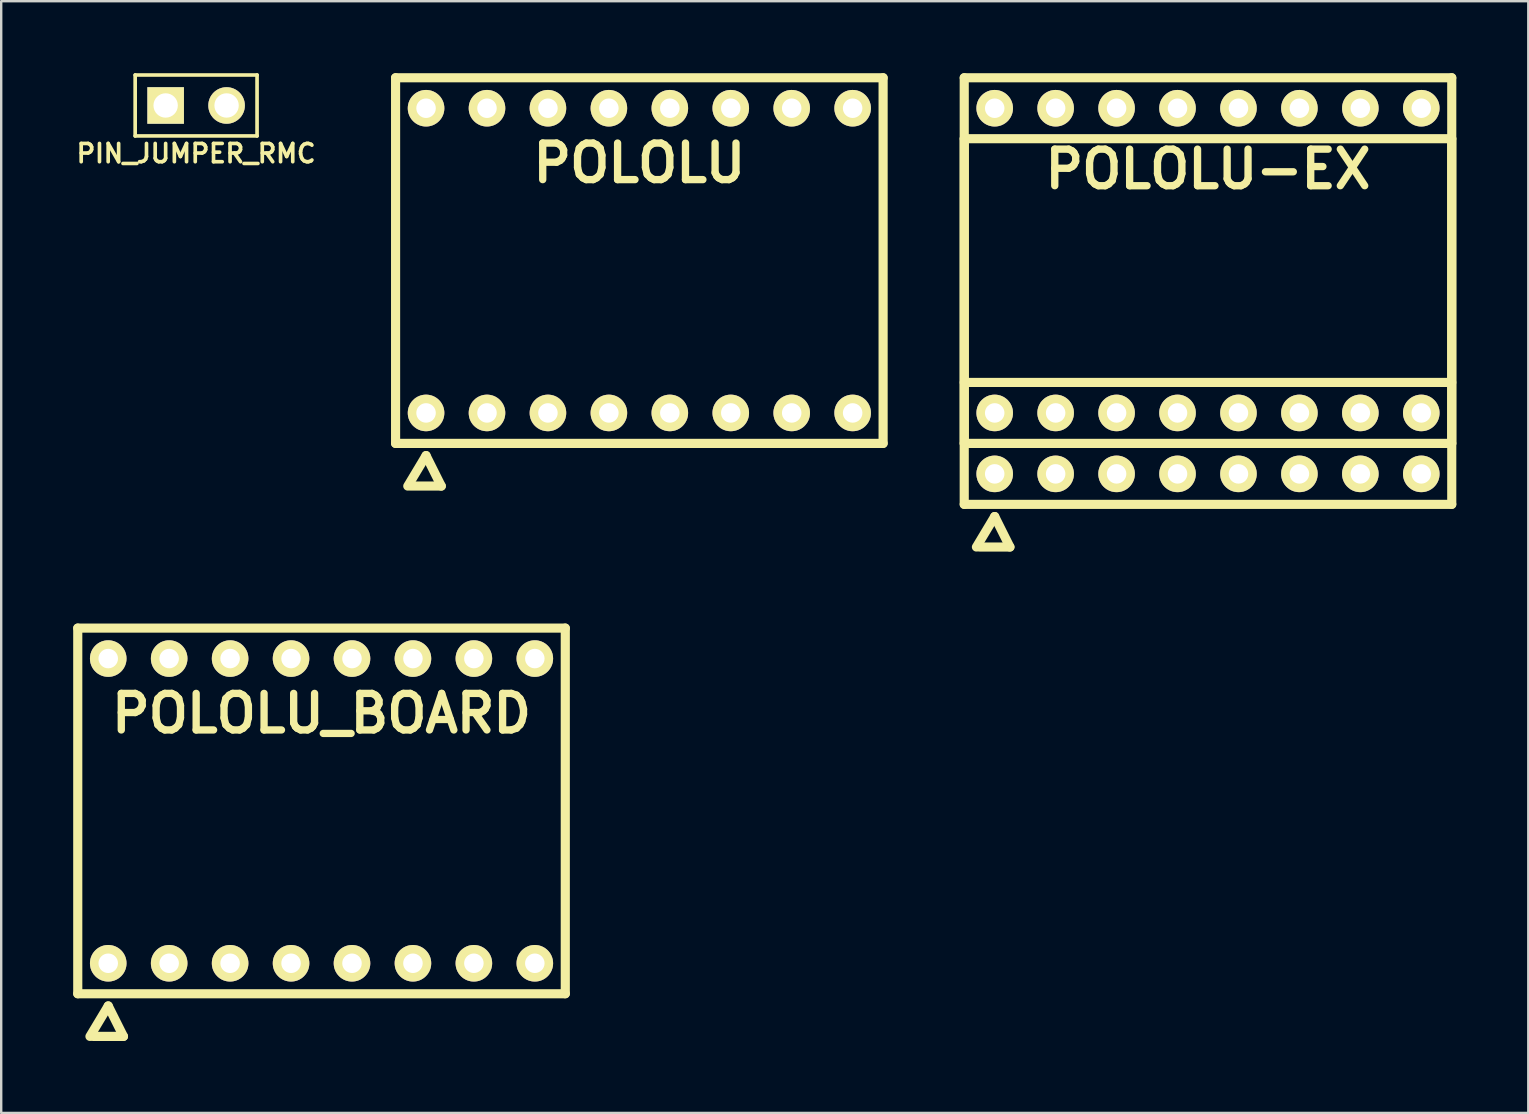
<source format=kicad_pcb>
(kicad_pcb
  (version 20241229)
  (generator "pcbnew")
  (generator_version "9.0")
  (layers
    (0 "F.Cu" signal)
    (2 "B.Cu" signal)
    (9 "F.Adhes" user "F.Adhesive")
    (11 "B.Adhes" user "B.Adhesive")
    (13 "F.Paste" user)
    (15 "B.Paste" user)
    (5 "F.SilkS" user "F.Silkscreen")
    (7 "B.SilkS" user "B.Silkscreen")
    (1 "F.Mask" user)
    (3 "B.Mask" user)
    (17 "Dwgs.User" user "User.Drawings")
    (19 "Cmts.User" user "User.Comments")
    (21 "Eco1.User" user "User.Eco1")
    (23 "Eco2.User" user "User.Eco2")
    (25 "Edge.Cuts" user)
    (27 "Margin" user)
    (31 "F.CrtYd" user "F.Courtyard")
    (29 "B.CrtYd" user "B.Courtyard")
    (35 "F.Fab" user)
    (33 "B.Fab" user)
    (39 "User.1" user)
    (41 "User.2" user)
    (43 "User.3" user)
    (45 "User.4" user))
  (footprint "POLOLU"
    (layer "F.Cu")
    (at 23.598 14.161)
    (property "Reference" "POLOLU" (at 0 -10.414 0) (layer "F.SilkS") (effects (font (size 1.524 1.524) (thickness 0.305))))
    (attr through_hole)
    (fp_line (start -10.16 -13.97) (end 10.16 -13.97) (stroke (width 0.381) (type solid)) (layer "F.SilkS"))
    (fp_line (start -10.16 1.27) (end -10.16 -13.97) (stroke (width 0.381) (type solid)) (layer "F.SilkS"))
    (fp_line (start -9.652 3.048) (end -8.89 1.778) (stroke (width 0.381) (type solid)) (layer "F.SilkS"))
    (fp_line (start -8.89 1.778) (end -8.255 3.048) (stroke (width 0.381) (type solid)) (layer "F.SilkS"))
    (fp_line (start -8.255 3.048) (end -9.525 3.048) (stroke (width 0.381) (type solid)) (layer "F.SilkS"))
    (fp_line (start 10.16 -13.97) (end 10.16 1.27) (stroke (width 0.381) (type solid)) (layer "F.SilkS"))
    (fp_line (start 10.16 1.27) (end -10.16 1.27) (stroke (width 0.381) (type solid)) (layer "F.SilkS"))
    (pad "1" thru_hole circle (at -8.89 0) (size 1.524 1.524) (drill 0.813) (layers "*.Cu" "*.Mask" "F.SilkS"))
    (pad "2" thru_hole circle (at -6.35 0) (size 1.524 1.524) (drill 0.813) (layers "*.Cu" "*.Mask" "F.SilkS"))
    (pad "3" thru_hole circle (at -3.81 0) (size 1.524 1.524) (drill 0.813) (layers "*.Cu" "*.Mask" "F.SilkS"))
    (pad "4" thru_hole circle (at -1.27 0) (size 1.524 1.524) (drill 0.813) (layers "*.Cu" "*.Mask" "F.SilkS"))
    (pad "5" thru_hole circle (at 1.27 0) (size 1.524 1.524) (drill 0.813) (layers "*.Cu" "*.Mask" "F.SilkS"))
    (pad "6" thru_hole circle (at 3.81 0) (size 1.524 1.524) (drill 0.813) (layers "*.Cu" "*.Mask" "F.SilkS"))
    (pad "7" thru_hole circle (at 6.35 0) (size 1.524 1.524) (drill 0.813) (layers "*.Cu" "*.Mask" "F.SilkS"))
    (pad "8" thru_hole circle (at 8.89 0) (size 1.524 1.524) (drill 0.813) (layers "*.Cu" "*.Mask" "F.SilkS"))
    (pad "9" thru_hole circle (at 8.89 -12.7) (size 1.524 1.524) (drill 0.813) (layers "*.Cu" "*.Mask" "F.SilkS"))
    (pad "10" thru_hole circle (at 6.35 -12.7) (size 1.524 1.524) (drill 0.813) (layers "*.Cu" "*.Mask" "F.SilkS"))
    (pad "11" thru_hole circle (at 3.81 -12.7) (size 1.524 1.524) (drill 0.813) (layers "*.Cu" "*.Mask" "F.SilkS"))
    (pad "12" thru_hole circle (at 1.27 -12.7) (size 1.524 1.524) (drill 0.813) (layers "*.Cu" "*.Mask" "F.SilkS"))
    (pad "13" thru_hole circle (at -1.27 -12.7) (size 1.524 1.524) (drill 0.813) (layers "*.Cu" "*.Mask" "F.SilkS"))
    (pad "14" thru_hole circle (at -3.81 -12.7) (size 1.524 1.524) (drill 0.813) (layers "*.Cu" "*.Mask" "F.SilkS"))
    (pad "15" thru_hole circle (at -6.35 -12.7) (size 1.524 1.524) (drill 0.813) (layers "*.Cu" "*.Mask" "F.SilkS"))
    (pad "16" thru_hole circle (at -8.89 -12.7) (size 1.524 1.524) (drill 0.813) (layers "*.Cu" "*.Mask" "F.SilkS")))
  (footprint "PIN_JUMPER_RMC"
    (layer "F.Cu")
    (at 5.124 1.346)
    (property "Reference" "PIN_JUMPER_RMC" (at 0 2 0) (layer "F.SilkS") (effects (font (size 0.762 0.762) (thickness 0.152))))
    (attr through_hole)
    (fp_line (start -2.54 -1.27) (end 2.54 -1.27) (stroke (width 0.152) (type solid)) (layer "F.SilkS"))
    (fp_line (start -2.54 1.27) (end -2.54 -1.27) (stroke (width 0.152) (type solid)) (layer "F.SilkS"))
    (fp_line (start 2.54 -1.27) (end 2.54 1.27) (stroke (width 0.152) (type solid)) (layer "F.SilkS"))
    (fp_line (start 2.54 1.27) (end -2.54 1.27) (stroke (width 0.152) (type solid)) (layer "F.SilkS"))
    (pad "1" thru_hole rect (at -1.27 0) (size 1.524 1.524) (drill 1.016) (layers "*.Cu" "*.Mask" "F.SilkS"))
    (pad "2" thru_hole circle (at 1.27 0) (size 1.524 1.524) (drill 1.016) (layers "*.Cu" "*.Mask" "F.SilkS")))
  (footprint "POLOLU-EX"
    (layer "F.Cu")
    (at 47.299 14.161)
    (property "Reference" "POLOLU-EX" (at 0 -10.16 0) (layer "F.SilkS") (effects (font (size 1.524 1.524) (thickness 0.305))))
    (attr through_hole)
    (fp_line (start -10.16 -13.97) (end 10.16 -13.97) (stroke (width 0.381) (type solid)) (layer "F.SilkS"))
    (fp_line (start -10.16 -11.43) (end 10.16 -11.43) (stroke (width 0.381) (type solid)) (layer "F.SilkS"))
    (fp_line (start -10.16 -1.27) (end 10.16 -1.27) (stroke (width 0.381) (type solid)) (layer "F.SilkS"))
    (fp_line (start -10.16 1.27) (end -10.16 -13.97) (stroke (width 0.381) (type solid)) (layer "F.SilkS"))
    (fp_line (start -10.16 3.81) (end -10.16 -11.43) (stroke (width 0.381) (type solid)) (layer "F.SilkS"))
    (fp_line (start -9.652 5.588) (end -8.89 4.318) (stroke (width 0.381) (type solid)) (layer "F.SilkS"))
    (fp_line (start -8.89 4.318) (end -8.255 5.588) (stroke (width 0.381) (type solid)) (layer "F.SilkS"))
    (fp_line (start -8.255 5.588) (end -9.525 5.588) (stroke (width 0.381) (type solid)) (layer "F.SilkS"))
    (fp_line (start 10.16 -13.97) (end 10.16 1.27) (stroke (width 0.381) (type solid)) (layer "F.SilkS"))
    (fp_line (start 10.16 -11.43) (end 10.16 3.81) (stroke (width 0.381) (type solid)) (layer "F.SilkS"))
    (fp_line (start 10.16 1.27) (end -10.16 1.27) (stroke (width 0.381) (type solid)) (layer "F.SilkS"))
    (fp_line (start 10.16 3.81) (end -10.16 3.81) (stroke (width 0.381) (type solid)) (layer "F.SilkS"))
    (pad "1" thru_hole circle (at -8.89 0) (size 1.524 1.524) (drill 0.813) (layers "*.Cu" "*.Mask" "F.SilkS"))
    (pad "1" thru_hole circle (at -8.89 2.54) (size 1.524 1.524) (drill 0.813) (layers "*.Cu" "*.Mask" "F.SilkS"))
    (pad "2" thru_hole circle (at -6.35 0) (size 1.524 1.524) (drill 0.813) (layers "*.Cu" "*.Mask" "F.SilkS"))
    (pad "2" thru_hole circle (at -6.35 2.54) (size 1.524 1.524) (drill 0.813) (layers "*.Cu" "*.Mask" "F.SilkS"))
    (pad "3" thru_hole circle (at -3.81 0) (size 1.524 1.524) (drill 0.813) (layers "*.Cu" "*.Mask" "F.SilkS"))
    (pad "3" thru_hole circle (at -3.81 2.54) (size 1.524 1.524) (drill 0.813) (layers "*.Cu" "*.Mask" "F.SilkS"))
    (pad "4" thru_hole circle (at -1.27 0) (size 1.524 1.524) (drill 0.813) (layers "*.Cu" "*.Mask" "F.SilkS"))
    (pad "4" thru_hole circle (at -1.27 2.54) (size 1.524 1.524) (drill 0.813) (layers "*.Cu" "*.Mask" "F.SilkS"))
    (pad "5" thru_hole circle (at 1.27 0) (size 1.524 1.524) (drill 0.813) (layers "*.Cu" "*.Mask" "F.SilkS"))
    (pad "5" thru_hole circle (at 1.27 2.54) (size 1.524 1.524) (drill 0.813) (layers "*.Cu" "*.Mask" "F.SilkS"))
    (pad "6" thru_hole circle (at 3.81 0) (size 1.524 1.524) (drill 0.813) (layers "*.Cu" "*.Mask" "F.SilkS"))
    (pad "6" thru_hole circle (at 3.81 2.54) (size 1.524 1.524) (drill 0.813) (layers "*.Cu" "*.Mask" "F.SilkS"))
    (pad "7" thru_hole circle (at 6.35 0) (size 1.524 1.524) (drill 0.813) (layers "*.Cu" "*.Mask" "F.SilkS"))
    (pad "7" thru_hole circle (at 6.35 2.54) (size 1.524 1.524) (drill 0.813) (layers "*.Cu" "*.Mask" "F.SilkS"))
    (pad "8" thru_hole circle (at 8.89 0) (size 1.524 1.524) (drill 0.813) (layers "*.Cu" "*.Mask" "F.SilkS"))
    (pad "8" thru_hole circle (at 8.89 2.54) (size 1.524 1.524) (drill 0.813) (layers "*.Cu" "*.Mask" "F.SilkS"))
    (pad "9" thru_hole circle (at 8.89 -12.7) (size 1.524 1.524) (drill 0.813) (layers "*.Cu" "*.Mask" "F.SilkS"))
    (pad "10" thru_hole circle (at 6.35 -12.7) (size 1.524 1.524) (drill 0.813) (layers "*.Cu" "*.Mask" "F.SilkS"))
    (pad "11" thru_hole circle (at 3.81 -12.7) (size 1.524 1.524) (drill 0.813) (layers "*.Cu" "*.Mask" "F.SilkS"))
    (pad "12" thru_hole circle (at 1.27 -12.7) (size 1.524 1.524) (drill 0.813) (layers "*.Cu" "*.Mask" "F.SilkS"))
    (pad "13" thru_hole circle (at -1.27 -12.7) (size 1.524 1.524) (drill 0.813) (layers "*.Cu" "*.Mask" "F.SilkS"))
    (pad "14" thru_hole circle (at -3.81 -12.7) (size 1.524 1.524) (drill 0.813) (layers "*.Cu" "*.Mask" "F.SilkS"))
    (pad "15" thru_hole circle (at -6.35 -12.7) (size 1.524 1.524) (drill 0.813) (layers "*.Cu" "*.Mask" "F.SilkS"))
    (pad "16" thru_hole circle (at -8.89 -12.7) (size 1.524 1.524) (drill 0.813) (layers "*.Cu" "*.Mask" "F.SilkS")))
  (footprint "POLOLU_BOARD"
    (layer "F.Cu")
    (at 10.351 37.099)
    (property "Reference" "POLOLU_BOARD" (at 0 -10.414 0) (layer "F.SilkS") (effects (font (size 1.524 1.524) (thickness 0.305))))
    (attr through_hole)
    (fp_line (start -10.16 -13.97) (end 10.16 -13.97) (stroke (width 0.381) (type solid)) (layer "F.SilkS"))
    (fp_line (start -10.16 1.27) (end -10.16 -13.97) (stroke (width 0.381) (type solid)) (layer "F.SilkS"))
    (fp_line (start -9.652 3.048) (end -8.89 1.778) (stroke (width 0.381) (type solid)) (layer "F.SilkS"))
    (fp_line (start -8.89 1.778) (end -8.255 3.048) (stroke (width 0.381) (type solid)) (layer "F.SilkS"))
    (fp_line (start -8.255 3.048) (end -9.525 3.048) (stroke (width 0.381) (type solid)) (layer "F.SilkS"))
    (fp_line (start 10.16 -13.97) (end 10.16 1.27) (stroke (width 0.381) (type solid)) (layer "F.SilkS"))
    (fp_line (start 10.16 1.27) (end -10.16 1.27) (stroke (width 0.381) (type solid)) (layer "F.SilkS"))
    (pad "1" thru_hole circle (at -8.89 0) (size 1.524 1.524) (drill 0.813) (layers "*.Cu" "*.Mask" "F.SilkS"))
    (pad "2" thru_hole circle (at -6.35 0) (size 1.524 1.524) (drill 0.813) (layers "*.Cu" "*.Mask" "F.SilkS"))
    (pad "3" thru_hole circle (at -3.81 0) (size 1.524 1.524) (drill 0.813) (layers "*.Cu" "*.Mask" "F.SilkS"))
    (pad "4" thru_hole circle (at -1.27 0) (size 1.524 1.524) (drill 0.813) (layers "*.Cu" "*.Mask" "F.SilkS"))
    (pad "5" thru_hole circle (at 1.27 0) (size 1.524 1.524) (drill 0.813) (layers "*.Cu" "*.Mask" "F.SilkS"))
    (pad "6" thru_hole circle (at 3.81 0) (size 1.524 1.524) (drill 0.813) (layers "*.Cu" "*.Mask" "F.SilkS"))
    (pad "7" thru_hole circle (at 6.35 0) (size 1.524 1.524) (drill 0.813) (layers "*.Cu" "*.Mask" "F.SilkS"))
    (pad "8" thru_hole circle (at 8.89 0) (size 1.524 1.524) (drill 0.813) (layers "*.Cu" "*.Mask" "F.SilkS"))
    (pad "9" thru_hole circle (at 8.89 -12.7) (size 1.524 1.524) (drill 0.813) (layers "*.Cu" "*.Mask" "F.SilkS"))
    (pad "10" thru_hole circle (at 6.35 -12.7) (size 1.524 1.524) (drill 0.813) (layers "*.Cu" "*.Mask" "F.SilkS"))
    (pad "11" thru_hole circle (at 3.81 -12.7) (size 1.524 1.524) (drill 0.813) (layers "*.Cu" "*.Mask" "F.SilkS"))
    (pad "12" thru_hole circle (at 1.27 -12.7) (size 1.524 1.524) (drill 0.813) (layers "*.Cu" "*.Mask" "F.SilkS"))
    (pad "13" thru_hole circle (at -1.27 -12.7) (size 1.524 1.524) (drill 0.813) (layers "*.Cu" "*.Mask" "F.SilkS"))
    (pad "14" thru_hole circle (at -3.81 -12.7) (size 1.524 1.524) (drill 0.813) (layers "*.Cu" "*.Mask" "F.SilkS"))
    (pad "15" thru_hole circle (at -6.35 -12.7) (size 1.524 1.524) (drill 0.813) (layers "*.Cu" "*.Mask" "F.SilkS"))
    (pad "16" thru_hole circle (at -8.89 -12.7) (size 1.524 1.524) (drill 0.813) (layers "*.Cu" "*.Mask" "F.SilkS")))
  (gr_rect
    (start -3 -3)
    (end 60.649 43.338)
    (stroke (width 0.1) (type default))
    (fill no)
    (layer "Edge.Cuts")))
</source>
